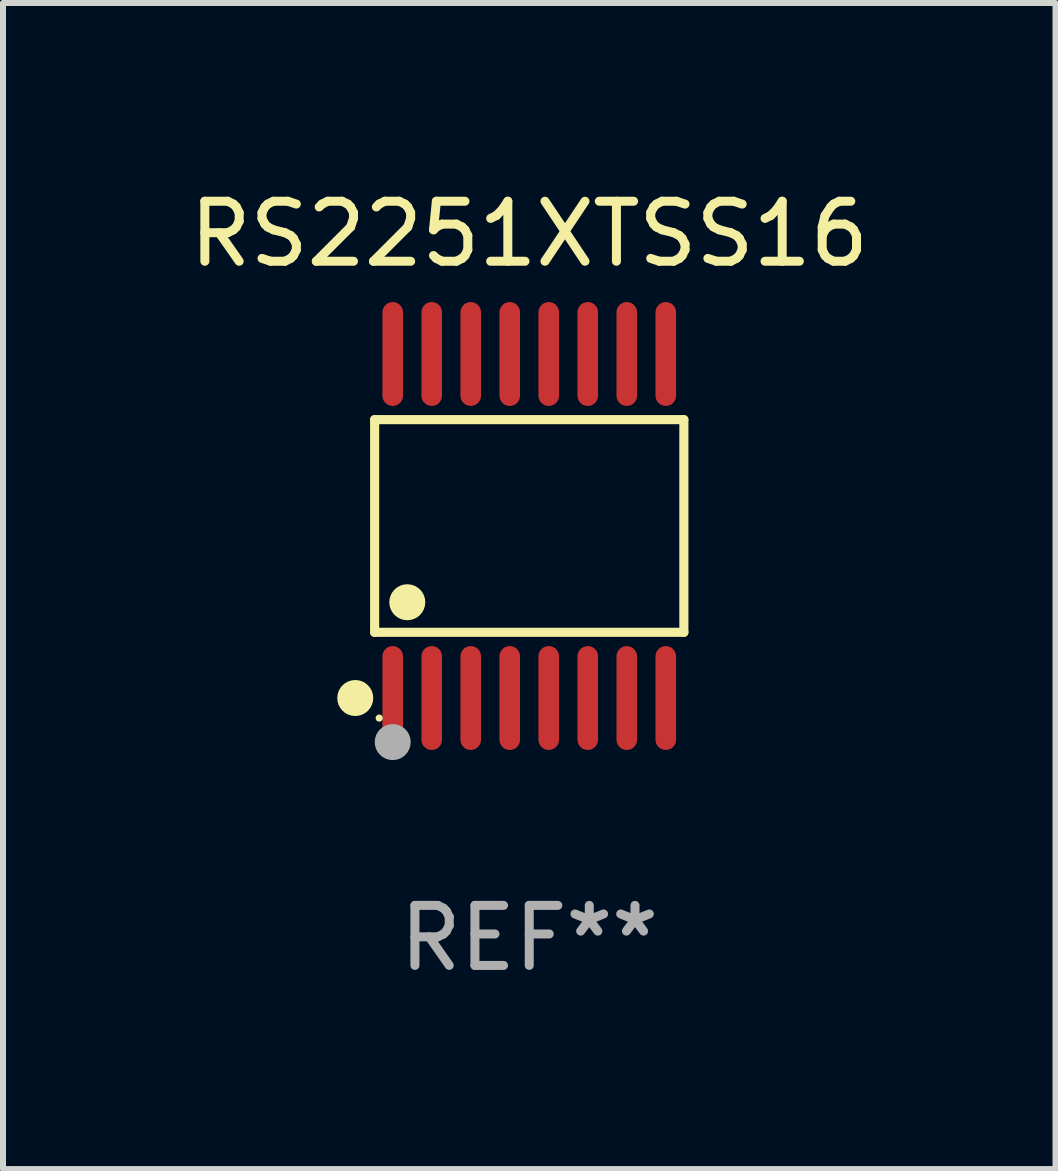
<source format=kicad_pcb>
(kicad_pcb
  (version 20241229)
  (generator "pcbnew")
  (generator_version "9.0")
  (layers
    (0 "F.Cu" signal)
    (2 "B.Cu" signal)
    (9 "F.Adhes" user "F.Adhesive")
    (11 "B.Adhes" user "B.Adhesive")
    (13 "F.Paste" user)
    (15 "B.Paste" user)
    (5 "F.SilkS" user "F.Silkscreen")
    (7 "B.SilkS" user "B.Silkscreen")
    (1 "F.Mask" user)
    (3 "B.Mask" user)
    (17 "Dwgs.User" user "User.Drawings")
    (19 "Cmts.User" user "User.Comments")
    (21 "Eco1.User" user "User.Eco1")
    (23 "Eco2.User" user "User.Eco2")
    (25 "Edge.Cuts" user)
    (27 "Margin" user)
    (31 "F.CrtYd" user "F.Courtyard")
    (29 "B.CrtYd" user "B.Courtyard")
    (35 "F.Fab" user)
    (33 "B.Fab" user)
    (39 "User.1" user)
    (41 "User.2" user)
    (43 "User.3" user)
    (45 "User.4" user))
  (footprint "RS2251XTSS16"
    (layer "F.Cu")
    (at 5.768 5.714)
    (property "Reference" "RS2251XTSS16" (at 0 -4.866 0) (layer "F.SilkS") (effects (font (size 1 1) (thickness 0.15))))
    (attr through_hole)
    (fp_line (start -2.576 -1.772) (end 2.576 -1.772) (stroke (width 0.152) (type solid)) (layer "F.SilkS"))
    (fp_line (start -2.576 1.771) (end -2.576 -1.772) (stroke (width 0.152) (type solid)) (layer "F.SilkS"))
    (fp_line (start 2.576 -1.772) (end 2.576 1.771) (stroke (width 0.152) (type solid)) (layer "F.SilkS"))
    (fp_line (start 2.576 1.771) (end -2.576 1.771) (stroke (width 0.152) (type solid)) (layer "F.SilkS"))
    (fp_circle (center -2.899 2.866) (end -2.749 2.866) (stroke (width 0.3) (type solid)) (fill no) (layer "F.SilkS"))
    (fp_circle (center -2.5 3.2) (end -2.47 3.2) (stroke (width 0.06) (type solid)) (fill no) (layer "F.SilkS"))
    (fp_circle (center -2.032 1.27) (end -1.882 1.27) (stroke (width 0.3) (type solid)) (fill no) (layer "F.SilkS"))
    (fp_circle (center -2.275 3.6) (end -2.125 3.6) (stroke (width 0.3) (type solid)) (fill no) (layer "F.Fab"))
    (fp_text user "REF**" (at 0 6.866 0) (layer "F.Fab") (effects (font (size 1 1) (thickness 0.15))))
    (pad "1" smd oval (at -2.275 2.866) (size 0.343 1.731) (layers "F.Cu" "F.Mask" "F.Paste"))
    (pad "2" smd oval (at -1.625 2.866) (size 0.343 1.731) (layers "F.Cu" "F.Mask" "F.Paste"))
    (pad "3" smd oval (at -0.975 2.866) (size 0.343 1.731) (layers "F.Cu" "F.Mask" "F.Paste"))
    (pad "4" smd oval (at -0.325 2.866) (size 0.343 1.731) (layers "F.Cu" "F.Mask" "F.Paste"))
    (pad "5" smd oval (at 0.325 2.866) (size 0.343 1.731) (layers "F.Cu" "F.Mask" "F.Paste"))
    (pad "6" smd oval (at 0.975 2.866) (size 0.343 1.731) (layers "F.Cu" "F.Mask" "F.Paste"))
    (pad "7" smd oval (at 1.625 2.866) (size 0.343 1.731) (layers "F.Cu" "F.Mask" "F.Paste"))
    (pad "8" smd oval (at 2.275 2.866) (size 0.343 1.731) (layers "F.Cu" "F.Mask" "F.Paste"))
    (pad "9" smd oval (at 2.275 -2.866) (size 0.343 1.731) (layers "F.Cu" "F.Mask" "F.Paste"))
    (pad "10" smd oval (at 1.625 -2.866) (size 0.343 1.731) (layers "F.Cu" "F.Mask" "F.Paste"))
    (pad "11" smd oval (at 0.975 -2.866) (size 0.343 1.731) (layers "F.Cu" "F.Mask" "F.Paste"))
    (pad "12" smd oval (at 0.325 -2.866) (size 0.343 1.731) (layers "F.Cu" "F.Mask" "F.Paste"))
    (pad "13" smd oval (at -0.325 -2.866) (size 0.343 1.731) (layers "F.Cu" "F.Mask" "F.Paste"))
    (pad "14" smd oval (at -0.975 -2.866) (size 0.343 1.731) (layers "F.Cu" "F.Mask" "F.Paste"))
    (pad "15" smd oval (at -1.625 -2.866) (size 0.343 1.731) (layers "F.Cu" "F.Mask" "F.Paste"))
    (pad "16" smd oval (at -2.275 -2.866) (size 0.343 1.731) (layers "F.Cu" "F.Mask" "F.Paste")))
  (gr_rect
    (start -3 -3)
    (end 14.536 16.428)
    (stroke (width 0.1) (type default))
    (fill no)
    (layer "Edge.Cuts")))
</source>
